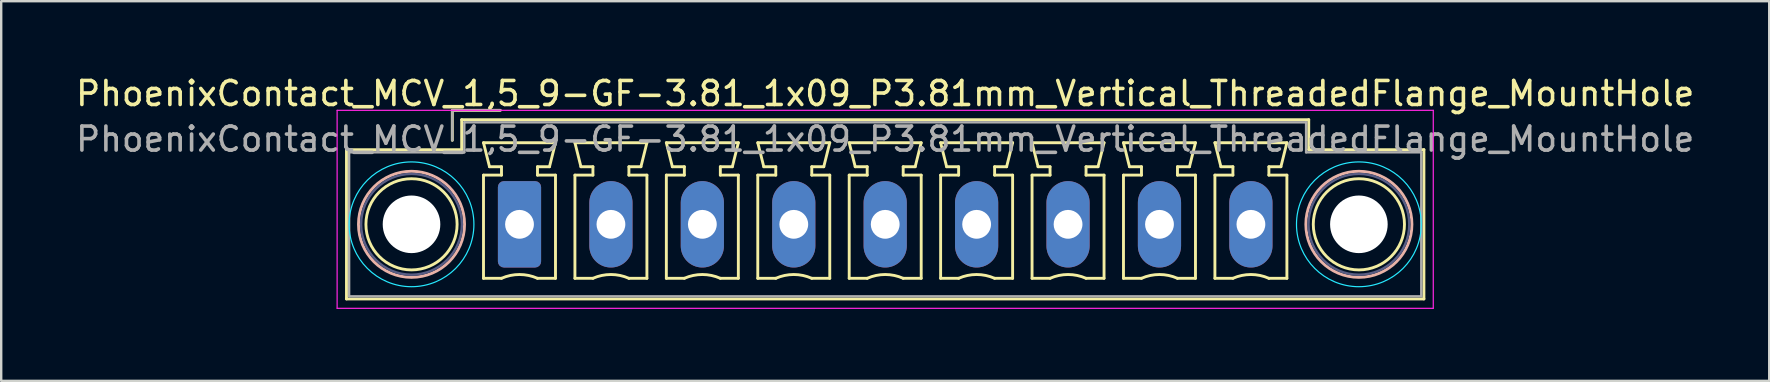
<source format=kicad_pcb>
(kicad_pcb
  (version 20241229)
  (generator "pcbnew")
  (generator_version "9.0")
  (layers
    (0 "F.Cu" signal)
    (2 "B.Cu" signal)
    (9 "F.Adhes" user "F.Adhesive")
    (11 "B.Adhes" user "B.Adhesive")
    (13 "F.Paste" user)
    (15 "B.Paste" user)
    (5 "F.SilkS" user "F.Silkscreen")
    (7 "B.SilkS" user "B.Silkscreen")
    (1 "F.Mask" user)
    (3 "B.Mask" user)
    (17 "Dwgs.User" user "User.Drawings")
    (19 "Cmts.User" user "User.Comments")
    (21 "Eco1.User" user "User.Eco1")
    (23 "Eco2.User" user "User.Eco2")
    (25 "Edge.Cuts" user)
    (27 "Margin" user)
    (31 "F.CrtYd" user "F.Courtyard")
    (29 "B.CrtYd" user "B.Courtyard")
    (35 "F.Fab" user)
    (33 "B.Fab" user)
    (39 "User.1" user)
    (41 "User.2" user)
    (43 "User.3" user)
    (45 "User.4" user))
  (footprint "PhoenixContact_MCV_1,5_9-GF-3.81_1x09_P3.81mm_Vertical_ThreadedFlange_MountHole"
    (layer "F.Cu")
    (at 18.599 6.298)
    (property "Reference" "PhoenixContact_MCV_1,5_9-GF-3.81_1x09_P3.81mm_Vertical_ThreadedFlange_MountHole" (at 15.24 -5.45 0) (layer "F.SilkS") (effects (font (size 1 1) (thickness 0.15))))
    (attr through_hole)
    (fp_line (start -7.21 -3.11) (end -7.21 3.11) (stroke (width 0.12) (type solid)) (layer "F.SilkS"))
    (fp_line (start -7.21 3.11) (end 37.69 3.11) (stroke (width 0.12) (type solid)) (layer "F.SilkS"))
    (fp_line (start -2.8 -4.75) (end -0.8 -4.75) (stroke (width 0.12) (type solid)) (layer "F.SilkS"))
    (fp_line (start -2.8 -3.5) (end -2.8 -4.75) (stroke (width 0.12) (type solid)) (layer "F.SilkS"))
    (fp_line (start -2.41 -4.36) (end -2.41 -3.11) (stroke (width 0.12) (type solid)) (layer "F.SilkS"))
    (fp_line (start -2.41 -3.11) (end -7.21 -3.11) (stroke (width 0.12) (type solid)) (layer "F.SilkS"))
    (fp_line (start -1.5 -3.4) (end 1.5 -3.4) (stroke (width 0.12) (type solid)) (layer "F.SilkS"))
    (fp_line (start -1.5 -2.05) (end -0.75 -2.05) (stroke (width 0.12) (type solid)) (layer "F.SilkS"))
    (fp_line (start -1.5 2.25) (end -1.5 -2.05) (stroke (width 0.12) (type solid)) (layer "F.SilkS"))
    (fp_line (start -1.25 -2.4) (end -1.5 -3.4) (stroke (width 0.12) (type solid)) (layer "F.SilkS"))
    (fp_line (start -0.75 -2.4) (end -1.25 -2.4) (stroke (width 0.12) (type solid)) (layer "F.SilkS"))
    (fp_line (start -0.75 -2.05) (end -0.75 -2.4) (stroke (width 0.12) (type solid)) (layer "F.SilkS"))
    (fp_line (start -0.75 2.25) (end -1.5 2.25) (stroke (width 0.12) (type solid)) (layer "F.SilkS"))
    (fp_line (start 0.75 -2.4) (end 0.75 -2.05) (stroke (width 0.12) (type solid)) (layer "F.SilkS"))
    (fp_line (start 0.75 -2.05) (end 1.5 -2.05) (stroke (width 0.12) (type solid)) (layer "F.SilkS"))
    (fp_line (start 1.25 -2.4) (end 0.75 -2.4) (stroke (width 0.12) (type solid)) (layer "F.SilkS"))
    (fp_line (start 1.5 -3.4) (end 1.25 -2.4) (stroke (width 0.12) (type solid)) (layer "F.SilkS"))
    (fp_line (start 1.5 -2.05) (end 1.5 2.25) (stroke (width 0.12) (type solid)) (layer "F.SilkS"))
    (fp_line (start 1.5 2.25) (end 0.75 2.25) (stroke (width 0.12) (type solid)) (layer "F.SilkS"))
    (fp_line (start 2.31 -3.4) (end 5.31 -3.4) (stroke (width 0.12) (type solid)) (layer "F.SilkS"))
    (fp_line (start 2.31 -2.05) (end 3.06 -2.05) (stroke (width 0.12) (type solid)) (layer "F.SilkS"))
    (fp_line (start 2.31 2.25) (end 2.31 -2.05) (stroke (width 0.12) (type solid)) (layer "F.SilkS"))
    (fp_line (start 2.56 -2.4) (end 2.31 -3.4) (stroke (width 0.12) (type solid)) (layer "F.SilkS"))
    (fp_line (start 3.06 -2.4) (end 2.56 -2.4) (stroke (width 0.12) (type solid)) (layer "F.SilkS"))
    (fp_line (start 3.06 -2.05) (end 3.06 -2.4) (stroke (width 0.12) (type solid)) (layer "F.SilkS"))
    (fp_line (start 3.06 2.25) (end 2.31 2.25) (stroke (width 0.12) (type solid)) (layer "F.SilkS"))
    (fp_line (start 4.56 -2.4) (end 4.56 -2.05) (stroke (width 0.12) (type solid)) (layer "F.SilkS"))
    (fp_line (start 4.56 -2.05) (end 5.31 -2.05) (stroke (width 0.12) (type solid)) (layer "F.SilkS"))
    (fp_line (start 5.06 -2.4) (end 4.56 -2.4) (stroke (width 0.12) (type solid)) (layer "F.SilkS"))
    (fp_line (start 5.31 -3.4) (end 5.06 -2.4) (stroke (width 0.12) (type solid)) (layer "F.SilkS"))
    (fp_line (start 5.31 -2.05) (end 5.31 2.25) (stroke (width 0.12) (type solid)) (layer "F.SilkS"))
    (fp_line (start 5.31 2.25) (end 4.56 2.25) (stroke (width 0.12) (type solid)) (layer "F.SilkS"))
    (fp_line (start 6.12 -3.4) (end 9.12 -3.4) (stroke (width 0.12) (type solid)) (layer "F.SilkS"))
    (fp_line (start 6.12 -2.05) (end 6.87 -2.05) (stroke (width 0.12) (type solid)) (layer "F.SilkS"))
    (fp_line (start 6.12 2.25) (end 6.12 -2.05) (stroke (width 0.12) (type solid)) (layer "F.SilkS"))
    (fp_line (start 6.37 -2.4) (end 6.12 -3.4) (stroke (width 0.12) (type solid)) (layer "F.SilkS"))
    (fp_line (start 6.87 -2.4) (end 6.37 -2.4) (stroke (width 0.12) (type solid)) (layer "F.SilkS"))
    (fp_line (start 6.87 -2.05) (end 6.87 -2.4) (stroke (width 0.12) (type solid)) (layer "F.SilkS"))
    (fp_line (start 6.87 2.25) (end 6.12 2.25) (stroke (width 0.12) (type solid)) (layer "F.SilkS"))
    (fp_line (start 8.37 -2.4) (end 8.37 -2.05) (stroke (width 0.12) (type solid)) (layer "F.SilkS"))
    (fp_line (start 8.37 -2.05) (end 9.12 -2.05) (stroke (width 0.12) (type solid)) (layer "F.SilkS"))
    (fp_line (start 8.87 -2.4) (end 8.37 -2.4) (stroke (width 0.12) (type solid)) (layer "F.SilkS"))
    (fp_line (start 9.12 -3.4) (end 8.87 -2.4) (stroke (width 0.12) (type solid)) (layer "F.SilkS"))
    (fp_line (start 9.12 -2.05) (end 9.12 2.25) (stroke (width 0.12) (type solid)) (layer "F.SilkS"))
    (fp_line (start 9.12 2.25) (end 8.37 2.25) (stroke (width 0.12) (type solid)) (layer "F.SilkS"))
    (fp_line (start 9.93 -3.4) (end 12.93 -3.4) (stroke (width 0.12) (type solid)) (layer "F.SilkS"))
    (fp_line (start 9.93 -2.05) (end 10.68 -2.05) (stroke (width 0.12) (type solid)) (layer "F.SilkS"))
    (fp_line (start 9.93 2.25) (end 9.93 -2.05) (stroke (width 0.12) (type solid)) (layer "F.SilkS"))
    (fp_line (start 10.18 -2.4) (end 9.93 -3.4) (stroke (width 0.12) (type solid)) (layer "F.SilkS"))
    (fp_line (start 10.68 -2.4) (end 10.18 -2.4) (stroke (width 0.12) (type solid)) (layer "F.SilkS"))
    (fp_line (start 10.68 -2.05) (end 10.68 -2.4) (stroke (width 0.12) (type solid)) (layer "F.SilkS"))
    (fp_line (start 10.68 2.25) (end 9.93 2.25) (stroke (width 0.12) (type solid)) (layer "F.SilkS"))
    (fp_line (start 12.18 -2.4) (end 12.18 -2.05) (stroke (width 0.12) (type solid)) (layer "F.SilkS"))
    (fp_line (start 12.18 -2.05) (end 12.93 -2.05) (stroke (width 0.12) (type solid)) (layer "F.SilkS"))
    (fp_line (start 12.68 -2.4) (end 12.18 -2.4) (stroke (width 0.12) (type solid)) (layer "F.SilkS"))
    (fp_line (start 12.93 -3.4) (end 12.68 -2.4) (stroke (width 0.12) (type solid)) (layer "F.SilkS"))
    (fp_line (start 12.93 -2.05) (end 12.93 2.25) (stroke (width 0.12) (type solid)) (layer "F.SilkS"))
    (fp_line (start 12.93 2.25) (end 12.18 2.25) (stroke (width 0.12) (type solid)) (layer "F.SilkS"))
    (fp_line (start 13.74 -3.4) (end 16.74 -3.4) (stroke (width 0.12) (type solid)) (layer "F.SilkS"))
    (fp_line (start 13.74 -2.05) (end 14.49 -2.05) (stroke (width 0.12) (type solid)) (layer "F.SilkS"))
    (fp_line (start 13.74 2.25) (end 13.74 -2.05) (stroke (width 0.12) (type solid)) (layer "F.SilkS"))
    (fp_line (start 13.99 -2.4) (end 13.74 -3.4) (stroke (width 0.12) (type solid)) (layer "F.SilkS"))
    (fp_line (start 14.49 -2.4) (end 13.99 -2.4) (stroke (width 0.12) (type solid)) (layer "F.SilkS"))
    (fp_line (start 14.49 -2.05) (end 14.49 -2.4) (stroke (width 0.12) (type solid)) (layer "F.SilkS"))
    (fp_line (start 14.49 2.25) (end 13.74 2.25) (stroke (width 0.12) (type solid)) (layer "F.SilkS"))
    (fp_line (start 15.99 -2.4) (end 15.99 -2.05) (stroke (width 0.12) (type solid)) (layer "F.SilkS"))
    (fp_line (start 15.99 -2.05) (end 16.74 -2.05) (stroke (width 0.12) (type solid)) (layer "F.SilkS"))
    (fp_line (start 16.49 -2.4) (end 15.99 -2.4) (stroke (width 0.12) (type solid)) (layer "F.SilkS"))
    (fp_line (start 16.74 -3.4) (end 16.49 -2.4) (stroke (width 0.12) (type solid)) (layer "F.SilkS"))
    (fp_line (start 16.74 -2.05) (end 16.74 2.25) (stroke (width 0.12) (type solid)) (layer "F.SilkS"))
    (fp_line (start 16.74 2.25) (end 15.99 2.25) (stroke (width 0.12) (type solid)) (layer "F.SilkS"))
    (fp_line (start 17.55 -3.4) (end 20.55 -3.4) (stroke (width 0.12) (type solid)) (layer "F.SilkS"))
    (fp_line (start 17.55 -2.05) (end 18.3 -2.05) (stroke (width 0.12) (type solid)) (layer "F.SilkS"))
    (fp_line (start 17.55 2.25) (end 17.55 -2.05) (stroke (width 0.12) (type solid)) (layer "F.SilkS"))
    (fp_line (start 17.8 -2.4) (end 17.55 -3.4) (stroke (width 0.12) (type solid)) (layer "F.SilkS"))
    (fp_line (start 18.3 -2.4) (end 17.8 -2.4) (stroke (width 0.12) (type solid)) (layer "F.SilkS"))
    (fp_line (start 18.3 -2.05) (end 18.3 -2.4) (stroke (width 0.12) (type solid)) (layer "F.SilkS"))
    (fp_line (start 18.3 2.25) (end 17.55 2.25) (stroke (width 0.12) (type solid)) (layer "F.SilkS"))
    (fp_line (start 19.8 -2.4) (end 19.8 -2.05) (stroke (width 0.12) (type solid)) (layer "F.SilkS"))
    (fp_line (start 19.8 -2.05) (end 20.55 -2.05) (stroke (width 0.12) (type solid)) (layer "F.SilkS"))
    (fp_line (start 20.3 -2.4) (end 19.8 -2.4) (stroke (width 0.12) (type solid)) (layer "F.SilkS"))
    (fp_line (start 20.55 -3.4) (end 20.3 -2.4) (stroke (width 0.12) (type solid)) (layer "F.SilkS"))
    (fp_line (start 20.55 -2.05) (end 20.55 2.25) (stroke (width 0.12) (type solid)) (layer "F.SilkS"))
    (fp_line (start 20.55 2.25) (end 19.8 2.25) (stroke (width 0.12) (type solid)) (layer "F.SilkS"))
    (fp_line (start 21.36 -3.4) (end 24.36 -3.4) (stroke (width 0.12) (type solid)) (layer "F.SilkS"))
    (fp_line (start 21.36 -2.05) (end 22.11 -2.05) (stroke (width 0.12) (type solid)) (layer "F.SilkS"))
    (fp_line (start 21.36 2.25) (end 21.36 -2.05) (stroke (width 0.12) (type solid)) (layer "F.SilkS"))
    (fp_line (start 21.61 -2.4) (end 21.36 -3.4) (stroke (width 0.12) (type solid)) (layer "F.SilkS"))
    (fp_line (start 22.11 -2.4) (end 21.61 -2.4) (stroke (width 0.12) (type solid)) (layer "F.SilkS"))
    (fp_line (start 22.11 -2.05) (end 22.11 -2.4) (stroke (width 0.12) (type solid)) (layer "F.SilkS"))
    (fp_line (start 22.11 2.25) (end 21.36 2.25) (stroke (width 0.12) (type solid)) (layer "F.SilkS"))
    (fp_line (start 23.61 -2.4) (end 23.61 -2.05) (stroke (width 0.12) (type solid)) (layer "F.SilkS"))
    (fp_line (start 23.61 -2.05) (end 24.36 -2.05) (stroke (width 0.12) (type solid)) (layer "F.SilkS"))
    (fp_line (start 24.11 -2.4) (end 23.61 -2.4) (stroke (width 0.12) (type solid)) (layer "F.SilkS"))
    (fp_line (start 24.36 -3.4) (end 24.11 -2.4) (stroke (width 0.12) (type solid)) (layer "F.SilkS"))
    (fp_line (start 24.36 -2.05) (end 24.36 2.25) (stroke (width 0.12) (type solid)) (layer "F.SilkS"))
    (fp_line (start 24.36 2.25) (end 23.61 2.25) (stroke (width 0.12) (type solid)) (layer "F.SilkS"))
    (fp_line (start 25.17 -3.4) (end 28.17 -3.4) (stroke (width 0.12) (type solid)) (layer "F.SilkS"))
    (fp_line (start 25.17 -2.05) (end 25.92 -2.05) (stroke (width 0.12) (type solid)) (layer "F.SilkS"))
    (fp_line (start 25.17 2.25) (end 25.17 -2.05) (stroke (width 0.12) (type solid)) (layer "F.SilkS"))
    (fp_line (start 25.42 -2.4) (end 25.17 -3.4) (stroke (width 0.12) (type solid)) (layer "F.SilkS"))
    (fp_line (start 25.92 -2.4) (end 25.42 -2.4) (stroke (width 0.12) (type solid)) (layer "F.SilkS"))
    (fp_line (start 25.92 -2.05) (end 25.92 -2.4) (stroke (width 0.12) (type solid)) (layer "F.SilkS"))
    (fp_line (start 25.92 2.25) (end 25.17 2.25) (stroke (width 0.12) (type solid)) (layer "F.SilkS"))
    (fp_line (start 27.42 -2.4) (end 27.42 -2.05) (stroke (width 0.12) (type solid)) (layer "F.SilkS"))
    (fp_line (start 27.42 -2.05) (end 28.17 -2.05) (stroke (width 0.12) (type solid)) (layer "F.SilkS"))
    (fp_line (start 27.92 -2.4) (end 27.42 -2.4) (stroke (width 0.12) (type solid)) (layer "F.SilkS"))
    (fp_line (start 28.17 -3.4) (end 27.92 -2.4) (stroke (width 0.12) (type solid)) (layer "F.SilkS"))
    (fp_line (start 28.17 -2.05) (end 28.17 2.25) (stroke (width 0.12) (type solid)) (layer "F.SilkS"))
    (fp_line (start 28.17 2.25) (end 27.42 2.25) (stroke (width 0.12) (type solid)) (layer "F.SilkS"))
    (fp_line (start 28.98 -3.4) (end 31.98 -3.4) (stroke (width 0.12) (type solid)) (layer "F.SilkS"))
    (fp_line (start 28.98 -2.05) (end 29.73 -2.05) (stroke (width 0.12) (type solid)) (layer "F.SilkS"))
    (fp_line (start 28.98 2.25) (end 28.98 -2.05) (stroke (width 0.12) (type solid)) (layer "F.SilkS"))
    (fp_line (start 29.23 -2.4) (end 28.98 -3.4) (stroke (width 0.12) (type solid)) (layer "F.SilkS"))
    (fp_line (start 29.73 -2.4) (end 29.23 -2.4) (stroke (width 0.12) (type solid)) (layer "F.SilkS"))
    (fp_line (start 29.73 -2.05) (end 29.73 -2.4) (stroke (width 0.12) (type solid)) (layer "F.SilkS"))
    (fp_line (start 29.73 2.25) (end 28.98 2.25) (stroke (width 0.12) (type solid)) (layer "F.SilkS"))
    (fp_line (start 31.23 -2.4) (end 31.23 -2.05) (stroke (width 0.12) (type solid)) (layer "F.SilkS"))
    (fp_line (start 31.23 -2.05) (end 31.98 -2.05) (stroke (width 0.12) (type solid)) (layer "F.SilkS"))
    (fp_line (start 31.73 -2.4) (end 31.23 -2.4) (stroke (width 0.12) (type solid)) (layer "F.SilkS"))
    (fp_line (start 31.98 -3.4) (end 31.73 -2.4) (stroke (width 0.12) (type solid)) (layer "F.SilkS"))
    (fp_line (start 31.98 -2.05) (end 31.98 2.25) (stroke (width 0.12) (type solid)) (layer "F.SilkS"))
    (fp_line (start 31.98 2.25) (end 31.23 2.25) (stroke (width 0.12) (type solid)) (layer "F.SilkS"))
    (fp_line (start 32.89 -4.36) (end -2.41 -4.36) (stroke (width 0.12) (type solid)) (layer "F.SilkS"))
    (fp_line (start 32.89 -3.11) (end 32.89 -4.36) (stroke (width 0.12) (type solid)) (layer "F.SilkS"))
    (fp_line (start 37.69 -3.11) (end 32.89 -3.11) (stroke (width 0.12) (type solid)) (layer "F.SilkS"))
    (fp_line (start 37.69 3.11) (end 37.69 -3.11) (stroke (width 0.12) (type solid)) (layer "F.SilkS"))
    (fp_arc (start -0.75 2.25) (mid -0.000193 2.09191) (end 0.749647 2.249844) (stroke (width 0.12) (type solid)) (layer "F.SilkS"))
    (fp_arc (start 3.06 2.25) (mid 3.809807 2.09191) (end 4.559647 2.249844) (stroke (width 0.12) (type solid)) (layer "F.SilkS"))
    (fp_arc (start 6.87 2.25) (mid 7.619807 2.09191) (end 8.369647 2.249844) (stroke (width 0.12) (type solid)) (layer "F.SilkS"))
    (fp_arc (start 10.68 2.25) (mid 11.429807 2.09191) (end 12.179647 2.249844) (stroke (width 0.12) (type solid)) (layer "F.SilkS"))
    (fp_arc (start 14.49 2.25) (mid 15.239807 2.09191) (end 15.989647 2.249844) (stroke (width 0.12) (type solid)) (layer "F.SilkS"))
    (fp_arc (start 18.3 2.25) (mid 19.049807 2.09191) (end 19.799647 2.249844) (stroke (width 0.12) (type solid)) (layer "F.SilkS"))
    (fp_arc (start 22.11 2.25) (mid 22.859807 2.09191) (end 23.609647 2.249844) (stroke (width 0.12) (type solid)) (layer "F.SilkS"))
    (fp_arc (start 25.92 2.25) (mid 26.669807 2.09191) (end 27.419647 2.249844) (stroke (width 0.12) (type solid)) (layer "F.SilkS"))
    (fp_arc (start 29.73 2.25) (mid 30.479807 2.09191) (end 31.229647 2.249844) (stroke (width 0.12) (type solid)) (layer "F.SilkS"))
    (fp_circle (center -4.5 0) (end -2.6 0) (stroke (width 0.12) (type solid)) (fill no) (layer "F.SilkS"))
    (fp_circle (center 34.98 0) (end 36.88 0) (stroke (width 0.12) (type solid)) (fill no) (layer "F.SilkS"))
    (fp_circle (center -4.5 0) (end -2.29 0) (stroke (width 0.12) (type solid)) (fill no) (layer "B.SilkS"))
    (fp_circle (center 34.98 0) (end 37.19 0) (stroke (width 0.12) (type solid)) (fill no) (layer "B.SilkS"))
    (fp_circle (center -4.5 0) (end -1.9 0) (stroke (width 0.05) (type solid)) (fill no) (layer "B.CrtYd"))
    (fp_circle (center 34.98 0) (end 37.58 0) (stroke (width 0.05) (type solid)) (fill no) (layer "B.CrtYd"))
    (fp_line (start -7.6 -4.75) (end -7.6 3.5) (stroke (width 0.05) (type solid)) (layer "F.CrtYd"))
    (fp_line (start -7.6 3.5) (end 38.08 3.5) (stroke (width 0.05) (type solid)) (layer "F.CrtYd"))
    (fp_line (start 38.08 -4.75) (end -7.6 -4.75) (stroke (width 0.05) (type solid)) (layer "F.CrtYd"))
    (fp_line (start 38.08 3.5) (end 38.08 -4.75) (stroke (width 0.05) (type solid)) (layer "F.CrtYd"))
    (fp_circle (center -4.5 0) (end -2.4 0) (stroke (width 0.1) (type solid)) (fill no) (layer "B.Fab"))
    (fp_circle (center 34.98 0) (end 37.08 0) (stroke (width 0.1) (type solid)) (fill no) (layer "B.Fab"))
    (fp_line (start -7.1 -3) (end -7.1 3) (stroke (width 0.1) (type solid)) (layer "F.Fab"))
    (fp_line (start -7.1 3) (end 37.58 3) (stroke (width 0.1) (type solid)) (layer "F.Fab"))
    (fp_line (start -2.8 -4.75) (end -0.8 -4.75) (stroke (width 0.1) (type solid)) (layer "F.Fab"))
    (fp_line (start -2.8 -3.5) (end -2.8 -4.75) (stroke (width 0.1) (type solid)) (layer "F.Fab"))
    (fp_line (start -2.3 -4.25) (end -2.3 -3) (stroke (width 0.1) (type solid)) (layer "F.Fab"))
    (fp_line (start -2.3 -3) (end -7.1 -3) (stroke (width 0.1) (type solid)) (layer "F.Fab"))
    (fp_line (start 32.78 -4.25) (end -2.3 -4.25) (stroke (width 0.1) (type solid)) (layer "F.Fab"))
    (fp_line (start 32.78 -3) (end 32.78 -4.25) (stroke (width 0.1) (type solid)) (layer "F.Fab"))
    (fp_line (start 37.58 -3) (end 32.78 -3) (stroke (width 0.1) (type solid)) (layer "F.Fab"))
    (fp_line (start 37.58 3) (end 37.58 -3) (stroke (width 0.1) (type solid)) (layer "F.Fab"))
    (fp_text user "${REFERENCE}" (at 15.24 -3.55 0) (layer "F.Fab") (effects (font (size 1 1) (thickness 0.15))))
    (pad "" np_thru_hole circle (at -4.5 0) (size 2.4 2.4) (drill 2.4) (layers "*.Cu" "*.Mask"))
    (pad "" np_thru_hole circle (at 34.98 0) (size 2.4 2.4) (drill 2.4) (layers "*.Cu" "*.Mask"))
    (pad "1" thru_hole roundrect (at 0 0) (size 1.8 3.6) (drill 1.2) (layers "*.Cu" "*.Mask") (roundrect_rratio 0.139))
    (pad "2" thru_hole oval (at 3.81 0) (size 1.8 3.6) (drill 1.2) (layers "*.Cu" "*.Mask"))
    (pad "3" thru_hole oval (at 7.62 0) (size 1.8 3.6) (drill 1.2) (layers "*.Cu" "*.Mask"))
    (pad "4" thru_hole oval (at 11.43 0) (size 1.8 3.6) (drill 1.2) (layers "*.Cu" "*.Mask"))
    (pad "5" thru_hole oval (at 15.24 0) (size 1.8 3.6) (drill 1.2) (layers "*.Cu" "*.Mask"))
    (pad "6" thru_hole oval (at 19.05 0) (size 1.8 3.6) (drill 1.2) (layers "*.Cu" "*.Mask"))
    (pad "7" thru_hole oval (at 22.86 0) (size 1.8 3.6) (drill 1.2) (layers "*.Cu" "*.Mask"))
    (pad "8" thru_hole oval (at 26.67 0) (size 1.8 3.6) (drill 1.2) (layers "*.Cu" "*.Mask"))
    (pad "9" thru_hole oval (at 30.48 0) (size 1.8 3.6) (drill 1.2) (layers "*.Cu" "*.Mask")))
  (gr_rect
    (start -3 -3)
    (end 70.679 12.823)
    (stroke (width 0.1) (type default))
    (fill no)
    (layer "Edge.Cuts")))
</source>
